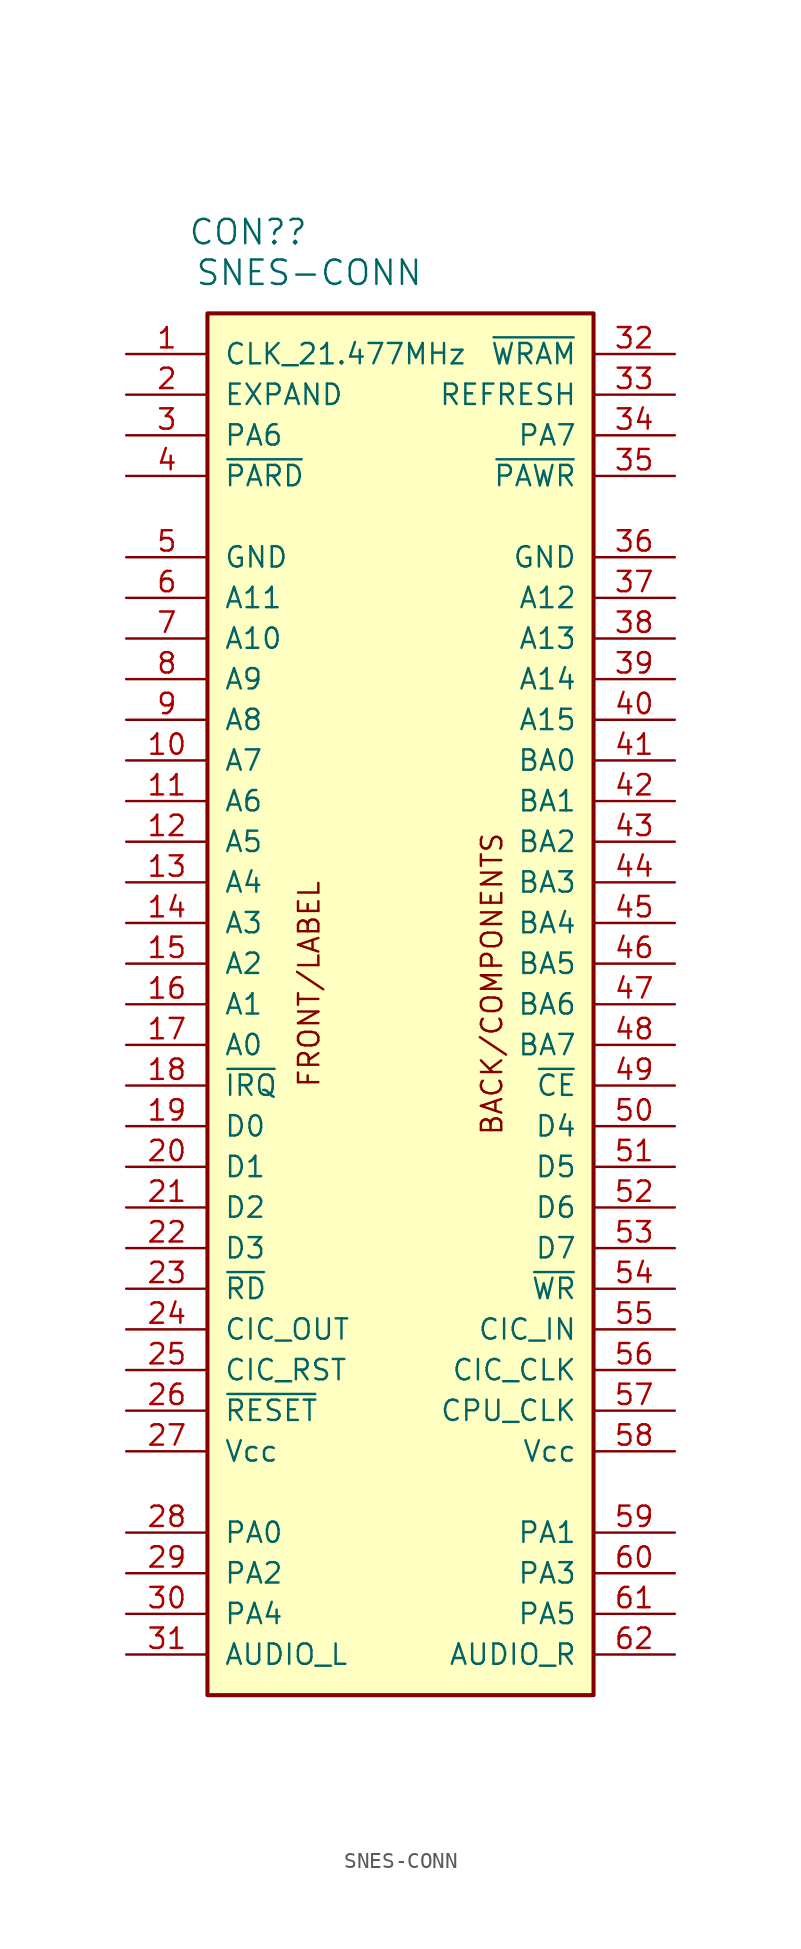
<source format=kicad_sym>
(kicad_symbol_lib
  (version 20220914)
  (generator kicad_symbol_editor)
  (symbol "SNES-CONN"
    (pin_names
      (offset 1.016))
    (property "Reference" "CON?"
      (at 2.54 5.08 0)
      (effects (font (size 1.524 1.524))))
    (property "Value" "SNES-CONN"
      (at 6.35 2.54 0)
      (effects (font (size 1.524 1.524))))
    (symbol "SNES-CONN_0_1"
      (rectangle (start 0 0) (end 24.13 -86.36) (stroke (width 0.254) (type default)) (fill (type background))))
    (symbol "SNES-CONN_1_1"
      (text "BACK/COMPONENTS" (at 17.78 -41.91 900) (effects (font (size 1.27 1.27))))
      (text "FRONT/LABEL" (at 6.35 -41.91 900) (effects (font (size 1.27 1.27))))
      (pin passive line (at -5.08 -2.54 0) (length 5.08) (name "CLK_21.477MHz" (effects (font (size 1.27 1.27)))) (number "1" (effects (font (size 1.27 1.27)))))
      (pin passive line (at -5.08 -27.94 0) (length 5.08) (name "A7" (effects (font (size 1.27 1.27)))) (number "10" (effects (font (size 1.27 1.27)))))
      (pin passive line (at -5.08 -30.48 0) (length 5.08) (name "A6" (effects (font (size 1.27 1.27)))) (number "11" (effects (font (size 1.27 1.27)))))
      (pin passive line (at -5.08 -33.02 0) (length 5.08) (name "A5" (effects (font (size 1.27 1.27)))) (number "12" (effects (font (size 1.27 1.27)))))
      (pin passive line (at -5.08 -35.56 0) (length 5.08) (name "A4" (effects (font (size 1.27 1.27)))) (number "13" (effects (font (size 1.27 1.27)))))
      (pin passive line (at -5.08 -38.1 0) (length 5.08) (name "A3" (effects (font (size 1.27 1.27)))) (number "14" (effects (font (size 1.27 1.27)))))
      (pin passive line (at -5.08 -40.64 0) (length 5.08) (name "A2" (effects (font (size 1.27 1.27)))) (number "15" (effects (font (size 1.27 1.27)))))
      (pin passive line (at -5.08 -43.18 0) (length 5.08) (name "A1" (effects (font (size 1.27 1.27)))) (number "16" (effects (font (size 1.27 1.27)))))
      (pin passive line (at -5.08 -45.72 0) (length 5.08) (name "A0" (effects (font (size 1.27 1.27)))) (number "17" (effects (font (size 1.27 1.27)))))
      (pin passive line (at -5.08 -48.26 0) (length 5.08) (name "~{IRQ}" (effects (font (size 1.27 1.27)))) (number "18" (effects (font (size 1.27 1.27)))))
      (pin passive line (at -5.08 -50.8 0) (length 5.08) (name "D0" (effects (font (size 1.27 1.27)))) (number "19" (effects (font (size 1.27 1.27)))))
      (pin passive line (at -5.08 -5.08 0) (length 5.08) (name "EXPAND" (effects (font (size 1.27 1.27)))) (number "2" (effects (font (size 1.27 1.27)))))
      (pin passive line (at -5.08 -53.34 0) (length 5.08) (name "D1" (effects (font (size 1.27 1.27)))) (number "20" (effects (font (size 1.27 1.27)))))
      (pin passive line (at -5.08 -55.88 0) (length 5.08) (name "D2" (effects (font (size 1.27 1.27)))) (number "21" (effects (font (size 1.27 1.27)))))
      (pin passive line (at -5.08 -58.42 0) (length 5.08) (name "D3" (effects (font (size 1.27 1.27)))) (number "22" (effects (font (size 1.27 1.27)))))
      (pin passive line (at -5.08 -60.96 0) (length 5.08) (name "~{RD}" (effects (font (size 1.27 1.27)))) (number "23" (effects (font (size 1.27 1.27)))))
      (pin passive line (at -5.08 -63.5 0) (length 5.08) (name "CIC_OUT" (effects (font (size 1.27 1.27)))) (number "24" (effects (font (size 1.27 1.27)))))
      (pin passive line (at -5.08 -66.04 0) (length 5.08) (name "CIC_RST" (effects (font (size 1.27 1.27)))) (number "25" (effects (font (size 1.27 1.27)))))
      (pin passive line (at -5.08 -68.58 0) (length 5.08) (name "~{RESET}" (effects (font (size 1.27 1.27)))) (number "26" (effects (font (size 1.27 1.27)))))
      (pin passive line (at -5.08 -71.12 0) (length 5.08) (name "Vcc" (effects (font (size 1.27 1.27)))) (number "27" (effects (font (size 1.27 1.27)))))
      (pin passive line (at -5.08 -76.2 0) (length 5.08) (name "PA0" (effects (font (size 1.27 1.27)))) (number "28" (effects (font (size 1.27 1.27)))))
      (pin passive line (at -5.08 -78.74 0) (length 5.08) (name "PA2" (effects (font (size 1.27 1.27)))) (number "29" (effects (font (size 1.27 1.27)))))
      (pin passive line (at -5.08 -7.62 0) (length 5.08) (name "PA6" (effects (font (size 1.27 1.27)))) (number "3" (effects (font (size 1.27 1.27)))))
      (pin passive line (at -5.08 -81.28 0) (length 5.08) (name "PA4" (effects (font (size 1.27 1.27)))) (number "30" (effects (font (size 1.27 1.27)))))
      (pin passive line (at -5.08 -83.82 0) (length 5.08) (name "AUDIO_L" (effects (font (size 1.27 1.27)))) (number "31" (effects (font (size 1.27 1.27)))))
      (pin passive line (at 29.21 -2.54 180) (length 5.08) (name "~{WRAM}" (effects (font (size 1.27 1.27)))) (number "32" (effects (font (size 1.27 1.27)))))
      (pin passive line (at 29.21 -5.08 180) (length 5.08) (name "REFRESH" (effects (font (size 1.27 1.27)))) (number "33" (effects (font (size 1.27 1.27)))))
      (pin passive line (at 29.21 -7.62 180) (length 5.08) (name "PA7" (effects (font (size 1.27 1.27)))) (number "34" (effects (font (size 1.27 1.27)))))
      (pin passive line (at 29.21 -10.16 180) (length 5.08) (name "~{PAWR}" (effects (font (size 1.27 1.27)))) (number "35" (effects (font (size 1.27 1.27)))))
      (pin passive line (at 29.21 -15.24 180) (length 5.08) (name "GND" (effects (font (size 1.27 1.27)))) (number "36" (effects (font (size 1.27 1.27)))))
      (pin passive line (at 29.21 -17.78 180) (length 5.08) (name "A12" (effects (font (size 1.27 1.27)))) (number "37" (effects (font (size 1.27 1.27)))))
      (pin passive line (at 29.21 -20.32 180) (length 5.08) (name "A13" (effects (font (size 1.27 1.27)))) (number "38" (effects (font (size 1.27 1.27)))))
      (pin passive line (at 29.21 -22.86 180) (length 5.08) (name "A14" (effects (font (size 1.27 1.27)))) (number "39" (effects (font (size 1.27 1.27)))))
      (pin passive line (at -5.08 -10.16 0) (length 5.08) (name "~{PARD}" (effects (font (size 1.27 1.27)))) (number "4" (effects (font (size 1.27 1.27)))))
      (pin passive line (at 29.21 -25.4 180) (length 5.08) (name "A15" (effects (font (size 1.27 1.27)))) (number "40" (effects (font (size 1.27 1.27)))))
      (pin passive line (at 29.21 -27.94 180) (length 5.08) (name "BA0" (effects (font (size 1.27 1.27)))) (number "41" (effects (font (size 1.27 1.27)))))
      (pin passive line (at 29.21 -30.48 180) (length 5.08) (name "BA1" (effects (font (size 1.27 1.27)))) (number "42" (effects (font (size 1.27 1.27)))))
      (pin passive line (at 29.21 -33.02 180) (length 5.08) (name "BA2" (effects (font (size 1.27 1.27)))) (number "43" (effects (font (size 1.27 1.27)))))
      (pin passive line (at 29.21 -35.56 180) (length 5.08) (name "BA3" (effects (font (size 1.27 1.27)))) (number "44" (effects (font (size 1.27 1.27)))))
      (pin passive line (at 29.21 -38.1 180) (length 5.08) (name "BA4" (effects (font (size 1.27 1.27)))) (number "45" (effects (font (size 1.27 1.27)))))
      (pin passive line (at 29.21 -40.64 180) (length 5.08) (name "BA5" (effects (font (size 1.27 1.27)))) (number "46" (effects (font (size 1.27 1.27)))))
      (pin passive line (at 29.21 -43.18 180) (length 5.08) (name "BA6" (effects (font (size 1.27 1.27)))) (number "47" (effects (font (size 1.27 1.27)))))
      (pin passive line (at 29.21 -45.72 180) (length 5.08) (name "BA7" (effects (font (size 1.27 1.27)))) (number "48" (effects (font (size 1.27 1.27)))))
      (pin passive line (at 29.21 -48.26 180) (length 5.08) (name "~{CE}" (effects (font (size 1.27 1.27)))) (number "49" (effects (font (size 1.27 1.27)))))
      (pin passive line (at -5.08 -15.24 0) (length 5.08) (name "GND" (effects (font (size 1.27 1.27)))) (number "5" (effects (font (size 1.27 1.27)))))
      (pin passive line (at 29.21 -50.8 180) (length 5.08) (name "D4" (effects (font (size 1.27 1.27)))) (number "50" (effects (font (size 1.27 1.27)))))
      (pin passive line (at 29.21 -53.34 180) (length 5.08) (name "D5" (effects (font (size 1.27 1.27)))) (number "51" (effects (font (size 1.27 1.27)))))
      (pin passive line (at 29.21 -55.88 180) (length 5.08) (name "D6" (effects (font (size 1.27 1.27)))) (number "52" (effects (font (size 1.27 1.27)))))
      (pin passive line (at 29.21 -58.42 180) (length 5.08) (name "D7" (effects (font (size 1.27 1.27)))) (number "53" (effects (font (size 1.27 1.27)))))
      (pin passive line (at 29.21 -60.96 180) (length 5.08) (name "~{WR}" (effects (font (size 1.27 1.27)))) (number "54" (effects (font (size 1.27 1.27)))))
      (pin passive line (at 29.21 -63.5 180) (length 5.08) (name "CIC_IN" (effects (font (size 1.27 1.27)))) (number "55" (effects (font (size 1.27 1.27)))))
      (pin passive line (at 29.21 -66.04 180) (length 5.08) (name "CIC_CLK" (effects (font (size 1.27 1.27)))) (number "56" (effects (font (size 1.27 1.27)))))
      (pin passive line (at 29.21 -68.58 180) (length 5.08) (name "CPU_CLK" (effects (font (size 1.27 1.27)))) (number "57" (effects (font (size 1.27 1.27)))))
      (pin passive line (at 29.21 -71.12 180) (length 5.08) (name "Vcc" (effects (font (size 1.27 1.27)))) (number "58" (effects (font (size 1.27 1.27)))))
      (pin passive line (at 29.21 -76.2 180) (length 5.08) (name "PA1" (effects (font (size 1.27 1.27)))) (number "59" (effects (font (size 1.27 1.27)))))
      (pin passive line (at -5.08 -17.78 0) (length 5.08) (name "A11" (effects (font (size 1.27 1.27)))) (number "6" (effects (font (size 1.27 1.27)))))
      (pin passive line (at 29.21 -78.74 180) (length 5.08) (name "PA3" (effects (font (size 1.27 1.27)))) (number "60" (effects (font (size 1.27 1.27)))))
      (pin passive line (at 29.21 -81.28 180) (length 5.08) (name "PA5" (effects (font (size 1.27 1.27)))) (number "61" (effects (font (size 1.27 1.27)))))
      (pin passive line (at 29.21 -83.82 180) (length 5.08) (name "AUDIO_R" (effects (font (size 1.27 1.27)))) (number "62" (effects (font (size 1.27 1.27)))))
      (pin passive line (at -5.08 -20.32 0) (length 5.08) (name "A10" (effects (font (size 1.27 1.27)))) (number "7" (effects (font (size 1.27 1.27)))))
      (pin passive line (at -5.08 -22.86 0) (length 5.08) (name "A9" (effects (font (size 1.27 1.27)))) (number "8" (effects (font (size 1.27 1.27)))))
      (pin passive line (at -5.08 -25.4 0) (length 5.08) (name "A8" (effects (font (size 1.27 1.27)))) (number "9" (effects (font (size 1.27 1.27))))))))
</source>
